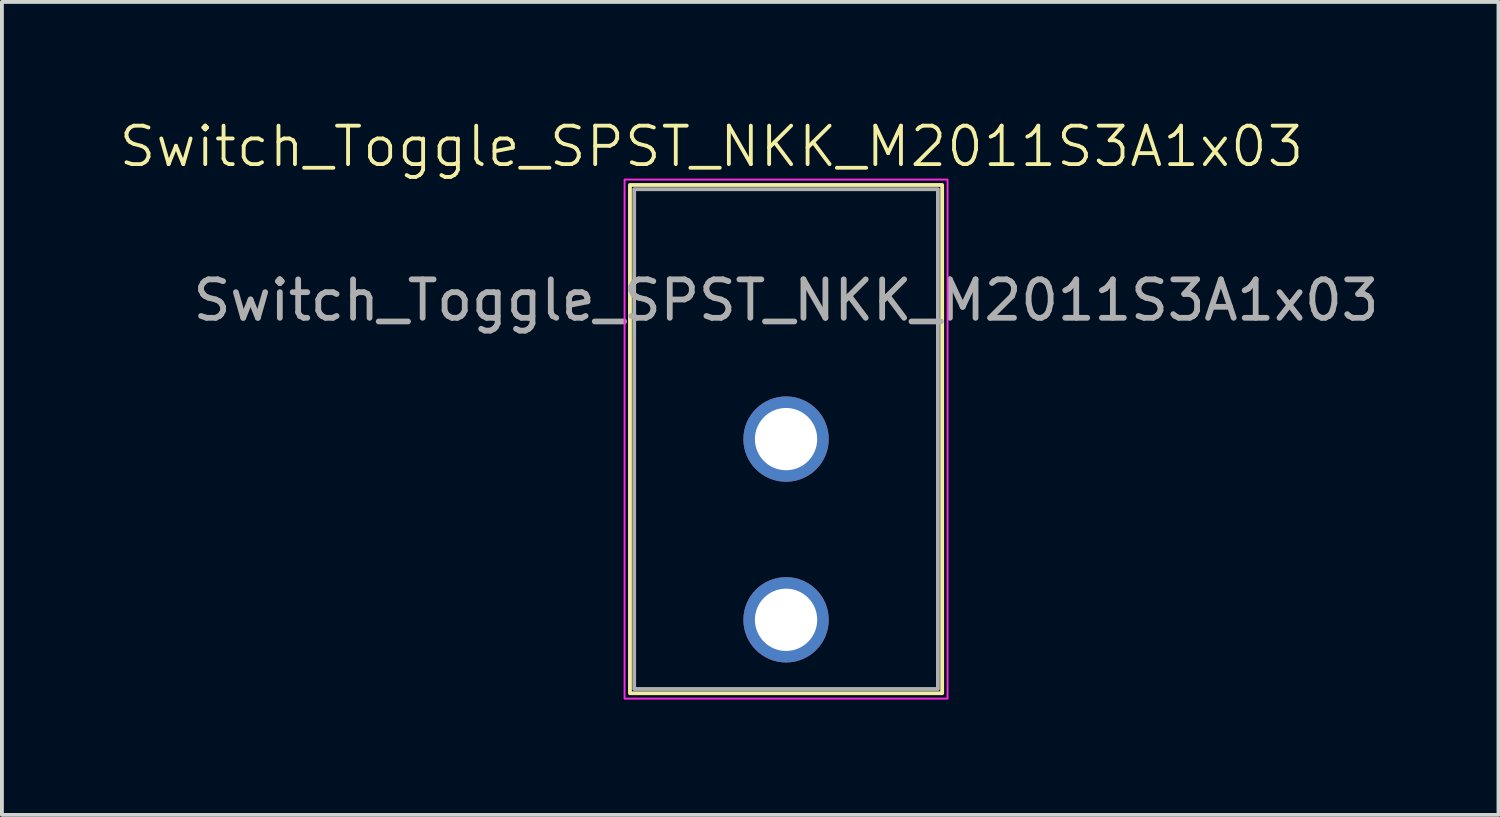
<source format=kicad_pcb>
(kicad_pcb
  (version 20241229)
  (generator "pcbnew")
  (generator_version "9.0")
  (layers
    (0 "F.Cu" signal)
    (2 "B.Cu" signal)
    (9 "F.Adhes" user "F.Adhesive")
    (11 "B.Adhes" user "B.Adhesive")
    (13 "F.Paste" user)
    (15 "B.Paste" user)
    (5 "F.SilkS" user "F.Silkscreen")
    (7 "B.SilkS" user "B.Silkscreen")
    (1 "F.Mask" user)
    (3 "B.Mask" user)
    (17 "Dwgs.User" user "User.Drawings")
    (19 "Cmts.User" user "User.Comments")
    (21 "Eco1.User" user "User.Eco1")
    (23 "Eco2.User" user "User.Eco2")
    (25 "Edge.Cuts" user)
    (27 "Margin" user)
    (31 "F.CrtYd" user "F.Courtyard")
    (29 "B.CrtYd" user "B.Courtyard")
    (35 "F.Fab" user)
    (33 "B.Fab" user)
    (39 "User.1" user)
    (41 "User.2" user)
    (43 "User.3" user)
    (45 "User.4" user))
  (footprint "Switch_Toggle_SPST_NKK_M2011S3A1x03"
    (layer "F.Cu")
    (at 17.395 3.671)
    (property "Reference" "Switch_Toggle_SPST_NKK_M2011S3A1x03" (at -1.94 -2.91 0) (unlocked yes) (layer "F.SilkS") (effects (font (size 1 1) (thickness 0.1))))
    (attr through_hole)
    (fp_rect (start -4.06 -1.91) (end 4.06 11.31) (stroke (width 0.1) (type default)) (fill no) (layer "F.SilkS"))
    (fp_rect (start -4.2 -2.05) (end 4.2 11.45) (stroke (width 0.05) (type default)) (fill no) (layer "F.CrtYd"))
    (fp_rect (start -3.95 -1.8) (end 3.95 11.2) (stroke (width 0.1) (type default)) (fill no) (layer "F.Fab"))
    (fp_text user "${REFERENCE}" (at 0 1.09 0) (unlocked yes) (layer "F.Fab") (effects (font (size 1 1) (thickness 0.15))))
    (pad "2" thru_hole circle (at 0 4.7) (size 2.22 2.22) (drill 1.62) (layers "*.Cu" "*.Mask"))
    (pad "3" thru_hole circle (at 0 9.4) (size 2.22 2.22) (drill 1.62) (layers "*.Cu" "*.Mask")))
  (gr_rect
    (start -3 -3)
    (end 35.925 18.145)
    (stroke (width 0.1) (type default))
    (fill no)
    (layer "Edge.Cuts")))
</source>
